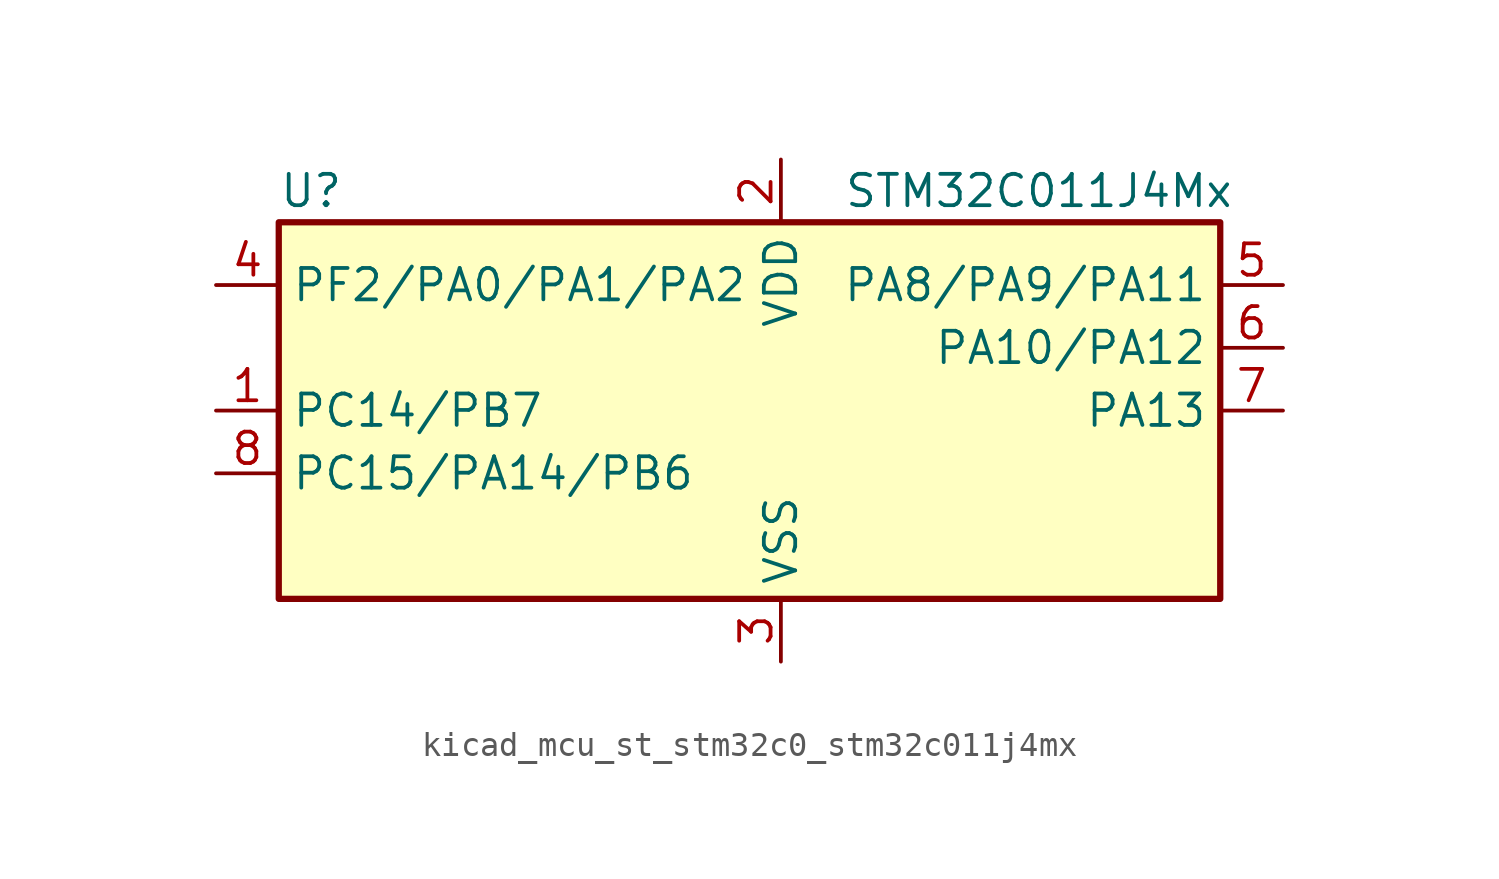
<source format=kicad_sym>
(kicad_symbol_lib
  (version 20220914)
  (generator kicad_symbol_editor)
  (symbol "kicad_mcu_st_stm32c0_stm32c011j4mx"
    (property "Reference" "U"
      (at -17.78 8.89 0)
      (effects (font (size 1.27 1.27)) (justify left)))
    (property "Value" "STM32C011J4Mx"
      (at 5.08 8.89 0)
      (effects (font (size 1.27 1.27)) (justify left)))
    (property "ki_locked" ""
      (at 0 0 0)
      (effects (font (size 1.27 1.27))))
    (symbol "kicad_mcu_st_stm32c0_stm32c011j4mx_0_1"
      (rectangle (start -17.78 -7.62) (end 20.32 7.62) (stroke (width 0.254) (type default)) (fill (type background))))
    (symbol "kicad_mcu_st_stm32c0_stm32c011j4mx_1_1"
      (pin bidirectional line (at -20.32 0 0) (length 2.54) (name "PC14/PB7" (effects (font (size 1.27 1.27)))) (number "1" (effects (font (size 1.27 1.27)))) (alternate "I2C1_SDA" bidirectional line) (alternate "IR_OUT" bidirectional line) (alternate "RCC_OSCX_IN" bidirectional line) (alternate "TIM17_CH1" bidirectional line) (alternate "TIM1_BKIN2" bidirectional line) (alternate "TIM1_ETR" bidirectional line) (alternate "TIM3_CH2" bidirectional line) (alternate "USART1_TX" bidirectional line) (alternate "USART2_CK" bidirectional line) (alternate "USART2_DE" bidirectional line) (alternate "USART2_RTS" bidirectional line))
      (pin power_in line (at 2.54 10.16 270) (length 2.54) (name "VDD" (effects (font (size 1.27 1.27)))) (number "2" (effects (font (size 1.27 1.27)))))
      (pin power_in line (at 2.54 -10.16 90) (length 2.54) (name "VSS" (effects (font (size 1.27 1.27)))) (number "3" (effects (font (size 1.27 1.27)))))
      (pin bidirectional line (at -20.32 5.08 0) (length 2.54) (name "PF2/PA0/PA1/PA2" (effects (font (size 1.27 1.27)))) (number "4" (effects (font (size 1.27 1.27)))) (alternate "RCC_MCO" bidirectional line) (alternate "TIM1_CH4" bidirectional line))
      (pin bidirectional line (at 22.86 5.08 180) (length 2.54) (name "PA8/PA9/PA11" (effects (font (size 1.27 1.27)))) (number "5" (effects (font (size 1.27 1.27)))) (alternate "ADC1_IN8" bidirectional line) (alternate "I2S1_WS" bidirectional line) (alternate "RCC_MCO" bidirectional line) (alternate "RCC_MCO_2" bidirectional line) (alternate "SPI1_NSS" bidirectional line) (alternate "TIM14_CH1" bidirectional line) (alternate "TIM1_CH1" bidirectional line) (alternate "TIM1_CH2N" bidirectional line) (alternate "TIM1_CH3N" bidirectional line) (alternate "TIM3_CH3" bidirectional line) (alternate "TIM3_CH4" bidirectional line) (alternate "USART1_RX" bidirectional line) (alternate "USART2_TX" bidirectional line))
      (pin bidirectional line (at 22.86 2.54 180) (length 2.54) (name "PA10/PA12" (effects (font (size 1.27 1.27)))) (number "6" (effects (font (size 1.27 1.27)))) (alternate "I2C1_SDA" bidirectional line) (alternate "RCC_MCO_2" bidirectional line) (alternate "TIM17_BKIN" bidirectional line) (alternate "TIM1_CH3" bidirectional line) (alternate "USART1_RX" bidirectional line))
      (pin bidirectional line (at 22.86 0 180) (length 2.54) (name "PA13" (effects (font (size 1.27 1.27)))) (number "7" (effects (font (size 1.27 1.27)))) (alternate "ADC1_IN13" bidirectional line) (alternate "DEBUG_SWDIO" bidirectional line) (alternate "IR_OUT" bidirectional line) (alternate "TIM3_ETR" bidirectional line) (alternate "USART2_RX" bidirectional line))
      (pin bidirectional line (at -20.32 -2.54 0) (length 2.54) (name "PC15/PA14/PB6" (effects (font (size 1.27 1.27)))) (number "8" (effects (font (size 1.27 1.27)))) (alternate "RCC_OSC32_EN" bidirectional line) (alternate "RCC_OSCX_OUT" bidirectional line) (alternate "RCC_OSC_EN" bidirectional line) (alternate "TIM1_ETR" bidirectional line) (alternate "TIM3_CH3" bidirectional line)))))
</source>
